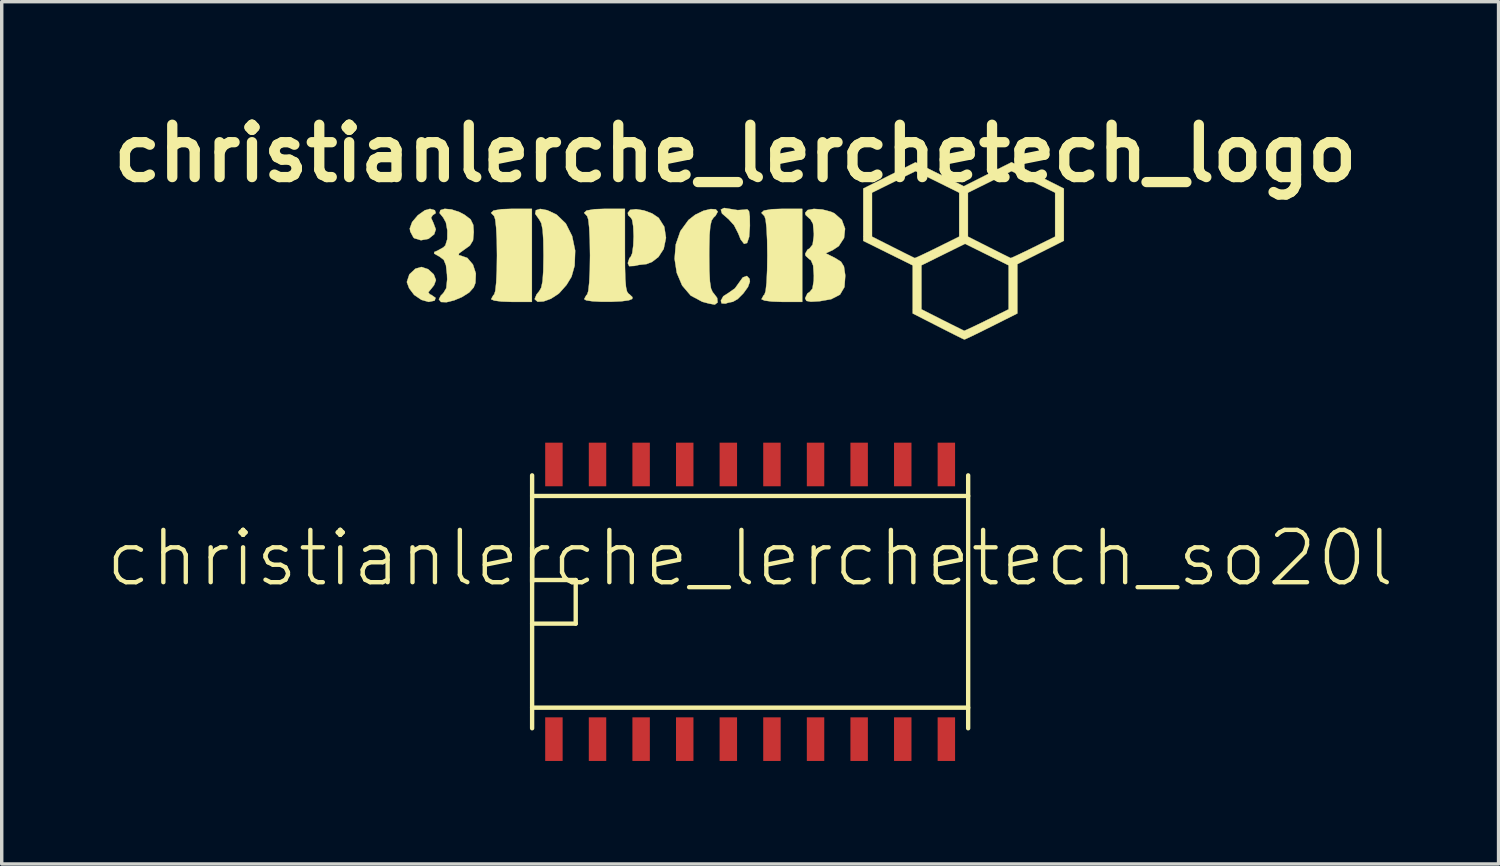
<source format=kicad_pcb>
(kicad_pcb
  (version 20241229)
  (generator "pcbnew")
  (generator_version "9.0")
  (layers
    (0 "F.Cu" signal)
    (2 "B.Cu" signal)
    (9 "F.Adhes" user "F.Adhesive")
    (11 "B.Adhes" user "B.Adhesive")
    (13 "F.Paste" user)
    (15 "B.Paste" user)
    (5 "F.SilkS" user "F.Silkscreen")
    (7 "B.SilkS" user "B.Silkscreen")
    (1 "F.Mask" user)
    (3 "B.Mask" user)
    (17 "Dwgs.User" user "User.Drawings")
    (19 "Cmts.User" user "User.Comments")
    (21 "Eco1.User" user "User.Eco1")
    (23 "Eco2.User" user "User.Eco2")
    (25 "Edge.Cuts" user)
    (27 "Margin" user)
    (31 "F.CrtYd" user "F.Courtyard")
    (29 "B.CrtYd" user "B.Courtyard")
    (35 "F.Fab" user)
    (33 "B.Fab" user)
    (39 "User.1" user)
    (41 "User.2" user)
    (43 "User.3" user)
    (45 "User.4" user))
  (footprint "christianlerche_lerchetech_logo"
    (layer "F.Cu")
    (at 18.368 4.218)
    (property "Reference" "christianlerche_lerchetech_logo" (at 0 -2.8 0) (layer "F.SilkS") (effects (font (size 1.524 1.524) (thickness 0.3))))
    (attr through_hole)
    (fp_poly (pts (xy -8.752 -1.145) (xy -8.727 -1.062) (xy -8.817 -0.998) (xy -8.863 -0.925) (xy -8.796 -0.779) (xy -8.725 -0.589) (xy -8.772 -0.444) (xy -8.936 -0.313) (xy -9.157 -0.271) (xy -9.352 -0.33) (xy -9.377 -0.352) (xy -9.469 -0.525) (xy -9.483 -0.613) (xy -9.414 -0.802) (xy -9.248 -0.998) (xy -9.043 -1.144) (xy -8.894 -1.185) (xy -8.752 -1.145)) (stroke (width 0.01) (type solid)) (fill yes) (layer "F.SilkS"))
    (fp_poly (pts (xy 0.413 0.852) (xy 0.423 0.935) (xy 0.367 1.09) (xy 0.231 1.278) (xy 0.067 1.442) (xy -0.075 1.523) (xy -0.09 1.524) (xy -0.219 1.551) (xy -0.289 1.575) (xy -0.402 1.567) (xy -0.423 1.489) (xy -0.352 1.359) (xy -0.211 1.27) (xy -0.013 1.131) (xy 0.099 0.975) (xy 0.216 0.812) (xy 0.335 0.769) (xy 0.413 0.852)) (stroke (width 0.01) (type solid)) (fill yes) (layer "F.SilkS"))
    (fp_poly (pts (xy -0.173 -1.186) (xy 0.066 -1.148) (xy 0.25 -1.16) (xy 0.345 -1.171) (xy 0.397 -1.118) (xy 0.419 -0.965) (xy 0.423 -0.687) (xy 0.401 -0.368) (xy 0.341 -0.191) (xy 0.254 -0.165) (xy 0.153 -0.296) (xy 0.084 -0.469) (xy -0.039 -0.709) (xy -0.204 -0.891) (xy -0.219 -0.902) (xy -0.39 -1.051) (xy -0.424 -1.163) (xy -0.327 -1.211) (xy -0.173 -1.186)) (stroke (width 0.01) (type solid)) (fill yes) (layer "F.SilkS"))
    (fp_poly (pts (xy -8.949 0.572) (xy -8.785 0.723) (xy -8.721 0.889) (xy -8.776 1.038) (xy -8.854 1.137) (xy -8.943 1.245) (xy -8.903 1.301) (xy -8.854 1.322) (xy -8.731 1.408) (xy -8.76 1.488) (xy -8.927 1.524) (xy -8.936 1.524) (xy -9.144 1.465) (xy -9.352 1.324) (xy -9.36 1.316) (xy -9.502 1.127) (xy -9.567 0.951) (xy -9.567 0.941) (xy -9.495 0.722) (xy -9.319 0.558) (xy -9.144 0.508) (xy -8.949 0.572)) (stroke (width 0.01) (type solid)) (fill yes) (layer "F.SilkS"))
    (fp_poly (pts (xy -5.927 1.524) (xy -6.519 1.524) (xy -6.811 1.514) (xy -7.023 1.486) (xy -7.112 1.448) (xy -7.112 1.444) (xy -7.05 1.33) (xy -7.027 1.312) (xy -6.993 1.209) (xy -6.966 0.964) (xy -6.949 0.605) (xy -6.943 0.169) (xy -6.949 -0.276) (xy -6.967 -0.633) (xy -6.994 -0.875) (xy -7.027 -0.974) (xy -7.117 -1.068) (xy -7.044 -1.136) (xy -6.813 -1.175) (xy -6.519 -1.185) (xy -5.927 -1.185) (xy -5.927 1.524)) (stroke (width 0.01) (type solid)) (fill yes) (layer "F.SilkS"))
    (fp_poly (pts (xy 1.947 1.524) (xy 1.355 1.524) (xy 1.063 1.514) (xy 0.851 1.486) (xy 0.762 1.448) (xy 0.762 1.444) (xy 0.824 1.33) (xy 0.847 1.312) (xy 0.881 1.209) (xy 0.908 0.964) (xy 0.925 0.605) (xy 0.931 0.169) (xy 0.925 -0.276) (xy 0.907 -0.633) (xy 0.88 -0.875) (xy 0.847 -0.974) (xy 0.757 -1.068) (xy 0.83 -1.136) (xy 1.061 -1.175) (xy 1.355 -1.185) (xy 1.947 -1.185) (xy 1.947 1.524)) (stroke (width 0.01) (type solid)) (fill yes) (layer "F.SilkS"))
    (fp_poly (pts (xy -2.664 -1.139) (xy -2.429 -1.053) (xy -2.236 -0.924) (xy -2.235 -0.924) (xy -2.07 -0.663) (xy -2.021 -0.34) (xy -2.088 -0.018) (xy -2.24 0.216) (xy -2.424 0.358) (xy -2.59 0.424) (xy -2.6 0.424) (xy -2.807 0.447) (xy -2.942 0.477) (xy -3.093 0.484) (xy -3.133 0.396) (xy -3.085 0.248) (xy -3.048 0.212) (xy -3.004 0.106) (xy -2.974 -0.119) (xy -2.963 -0.386) (xy -2.975 -0.672) (xy -3.007 -0.867) (xy -3.048 -0.931) (xy -3.121 -1.001) (xy -3.133 -1.069) (xy -3.064 -1.156) (xy -2.892 -1.176) (xy -2.664 -1.139)) (stroke (width 0.01) (type solid)) (fill yes) (layer "F.SilkS"))
    (fp_poly (pts (xy -0.569 -1.17) (xy -0.512 -1.103) (xy -0.578 -0.984) (xy -0.635 -0.931) (xy -0.692 -0.846) (xy -0.73 -0.686) (xy -0.752 -0.423) (xy -0.761 -0.029) (xy -0.762 0.169) (xy -0.757 0.623) (xy -0.741 0.934) (xy -0.71 1.132) (xy -0.66 1.244) (xy -0.635 1.27) (xy -0.531 1.409) (xy -0.517 1.54) (xy -0.597 1.602) (xy -0.614 1.601) (xy -0.768 1.573) (xy -0.964 1.521) (xy -1.301 1.34) (xy -1.55 1.048) (xy -1.707 0.679) (xy -1.77 0.269) (xy -1.736 -0.148) (xy -1.602 -0.536) (xy -1.365 -0.861) (xy -1.169 -1.014) (xy -0.928 -1.13) (xy -0.717 -1.18) (xy -0.569 -1.17)) (stroke (width 0.01) (type solid)) (fill yes) (layer "F.SilkS"))
    (fp_poly (pts (xy -5.482 -1.146) (xy -5.228 -1.028) (xy -5.204 -1.014) (xy -4.938 -0.758) (xy -4.755 -0.394) (xy -4.666 0.031) (xy -4.682 0.471) (xy -4.772 0.79) (xy -4.917 1.03) (xy -5.122 1.262) (xy -5.16 1.295) (xy -5.372 1.433) (xy -5.588 1.511) (xy -5.759 1.52) (xy -5.841 1.451) (xy -5.842 1.433) (xy -5.788 1.304) (xy -5.715 1.216) (xy -5.655 1.111) (xy -5.616 0.925) (xy -5.595 0.627) (xy -5.588 0.19) (xy -5.588 0.169) (xy -5.594 -0.274) (xy -5.614 -0.577) (xy -5.653 -0.767) (xy -5.712 -0.874) (xy -5.715 -0.877) (xy -5.83 -1.041) (xy -5.811 -1.145) (xy -5.686 -1.183) (xy -5.482 -1.146)) (stroke (width 0.01) (type solid)) (fill yes) (layer "F.SilkS"))
    (fp_poly (pts (xy -3.217 0.033) (xy -3.215 0.522) (xy -3.205 0.866) (xy -3.186 1.092) (xy -3.155 1.225) (xy -3.109 1.29) (xy -3.085 1.303) (xy -2.997 1.387) (xy -3.005 1.439) (xy -3.107 1.479) (xy -3.32 1.507) (xy -3.599 1.52) (xy -3.894 1.521) (xy -4.158 1.507) (xy -4.343 1.48) (xy -4.403 1.444) (xy -4.341 1.33) (xy -4.318 1.312) (xy -4.284 1.209) (xy -4.257 0.964) (xy -4.239 0.605) (xy -4.233 0.169) (xy -4.24 -0.276) (xy -4.257 -0.633) (xy -4.284 -0.875) (xy -4.318 -0.974) (xy -4.407 -1.068) (xy -4.334 -1.136) (xy -4.103 -1.175) (xy -3.81 -1.185) (xy -3.217 -1.185) (xy -3.217 0.033)) (stroke (width 0.01) (type solid)) (fill yes) (layer "F.SilkS"))
    (fp_poly (pts (xy -8.27 -1.168) (xy -8.038 -1.092) (xy -7.895 -1.017) (xy -7.712 -0.879) (xy -7.634 -0.717) (xy -7.62 -0.508) (xy -7.641 -0.267) (xy -7.733 -0.115) (xy -7.895 0.001) (xy -8.05 0.113) (xy -8.056 0.166) (xy -8.025 0.169) (xy -7.807 0.244) (xy -7.644 0.436) (xy -7.559 0.695) (xy -7.571 0.972) (xy -7.623 1.105) (xy -7.753 1.251) (xy -7.958 1.381) (xy -8.192 1.48) (xy -8.412 1.534) (xy -8.574 1.528) (xy -8.636 1.45) (xy -8.578 1.34) (xy -8.505 1.267) (xy -8.42 1.125) (xy -8.394 0.87) (xy -8.399 0.729) (xy -8.429 0.458) (xy -8.493 0.301) (xy -8.617 0.205) (xy -8.633 0.197) (xy -8.772 0.119) (xy -8.768 0.071) (xy -8.675 0.032) (xy -8.509 -0.06) (xy -8.447 -0.121) (xy -8.391 -0.303) (xy -8.388 -0.552) (xy -8.431 -0.789) (xy -8.509 -0.931) (xy -8.616 -1.063) (xy -8.591 -1.149) (xy -8.465 -1.186) (xy -8.27 -1.168)) (stroke (width 0.01) (type solid)) (fill yes) (layer "F.SilkS"))
    (fp_poly (pts (xy 2.53 -1.167) (xy 2.782 -1.101) (xy 2.882 -1.057) (xy 3.101 -0.863) (xy 3.195 -0.607) (xy 3.165 -0.336) (xy 3.012 -0.101) (xy 2.841 0.013) (xy 2.631 0.109) (xy 2.903 0.245) (xy 3.076 0.353) (xy 3.162 0.493) (xy 3.197 0.728) (xy 3.2 0.766) (xy 3.177 1.092) (xy 3.047 1.313) (xy 2.79 1.446) (xy 2.456 1.505) (xy 2.198 1.52) (xy 2.069 1.495) (xy 2.032 1.422) (xy 2.032 1.417) (xy 2.1 1.276) (xy 2.159 1.239) (xy 2.244 1.139) (xy 2.282 0.909) (xy 2.286 0.762) (xy 2.266 0.467) (xy 2.202 0.313) (xy 2.159 0.285) (xy 2.047 0.183) (xy 2.032 0.127) (xy 2.1 0.004) (xy 2.159 -0.031) (xy 2.25 -0.144) (xy 2.285 -0.4) (xy 2.286 -0.466) (xy 2.26 -0.751) (xy 2.18 -0.89) (xy 2.159 -0.901) (xy 2.046 -1.007) (xy 2.032 -1.067) (xy 2.104 -1.151) (xy 2.287 -1.184) (xy 2.53 -1.167)) (stroke (width 0.01) (type solid)) (fill yes) (layer "F.SilkS"))
    (fp_poly (pts (xy 8.805 -2.159) (xy 9.567 -1.776) (xy 9.567 -0.256) (xy 8.89 0.085) (xy 8.213 0.425) (xy 8.213 1.861) (xy 7.452 2.243) (xy 7.131 2.403) (xy 6.872 2.529) (xy 6.709 2.605) (xy 6.669 2.62) (xy 6.589 2.583) (xy 6.392 2.485) (xy 6.111 2.343) (xy 5.905 2.238) (xy 5.165 1.861) (xy 5.165 0.461) (xy 5.163 0.46) (xy 5.419 0.46) (xy 5.419 1.741) (xy 6.032 2.051) (xy 6.319 2.195) (xy 6.539 2.304) (xy 6.656 2.362) (xy 6.666 2.366) (xy 6.745 2.333) (xy 6.94 2.242) (xy 7.213 2.11) (xy 7.322 2.056) (xy 7.959 1.741) (xy 7.959 0.46) (xy 7.324 0.146) (xy 6.689 -0.168) (xy 6.054 0.146) (xy 5.419 0.46) (xy 5.163 0.46) (xy 3.725 -0.253) (xy 3.725 -1.656) (xy 3.979 -1.656) (xy 3.979 -0.376) (xy 4.593 -0.066) (xy 4.879 0.078) (xy 5.1 0.188) (xy 5.217 0.245) (xy 5.227 0.249) (xy 5.306 0.216) (xy 5.501 0.125) (xy 5.774 -0.007) (xy 5.883 -0.061) (xy 6.519 -0.376) (xy 6.519 -1.656) (xy 6.773 -1.656) (xy 6.773 -0.376) (xy 7.387 -0.066) (xy 7.673 0.078) (xy 7.894 0.188) (xy 8.011 0.245) (xy 8.021 0.249) (xy 8.1 0.216) (xy 8.295 0.125) (xy 8.568 -0.007) (xy 8.677 -0.061) (xy 9.313 -0.376) (xy 9.313 -1.656) (xy 8.043 -2.285) (xy 6.773 -1.656) (xy 6.519 -1.656) (xy 5.249 -2.285) (xy 3.979 -1.656) (xy 3.725 -1.656) (xy 3.725 -1.776) (xy 4.486 -2.158) (xy 5.246 -2.54) (xy 5.95 -2.191) (xy 6.653 -1.843) (xy 8.043 -2.542) (xy 8.805 -2.159)) (stroke (width 0.01) (type solid)) (fill yes) (layer "F.SilkS")))
  (footprint "christianlerche_lerchetech_so20l"
    (layer "F.Cu")
    (at 18.798 14.478)
    (property "Reference" "christianlerche_lerchetech_so20l" (at 0 -1.27 0) (layer "F.SilkS") (effects (font (size 1.524 1.524) (thickness 0.127))))
    (attr smd)
    (fp_line (start -6.35 -3.683) (end -6.35 3.683) (stroke (width 0.127) (type solid)) (layer "F.SilkS"))
    (fp_line (start -6.35 -3.083) (end 6.35 -3.083) (stroke (width 0.127) (type solid)) (layer "F.SilkS"))
    (fp_line (start -6.35 -0.635) (end -5.08 -0.635) (stroke (width 0.127) (type solid)) (layer "F.SilkS"))
    (fp_line (start -5.08 -0.635) (end -5.08 0.635) (stroke (width 0.127) (type solid)) (layer "F.SilkS"))
    (fp_line (start -5.08 0.635) (end -6.35 0.635) (stroke (width 0.127) (type solid)) (layer "F.SilkS"))
    (fp_line (start 6.35 3.083) (end -6.35 3.083) (stroke (width 0.127) (type solid)) (layer "F.SilkS"))
    (fp_line (start 6.35 3.683) (end 6.35 -3.683) (stroke (width 0.127) (type solid)) (layer "F.SilkS"))
    (pad "1" smd rect (at -5.715 4) (size 0.508 1.27) (layers "F.Cu" "F.Mask" "F.Paste"))
    (pad "2" smd rect (at -4.445 4) (size 0.508 1.27) (layers "F.Cu" "F.Mask" "F.Paste"))
    (pad "3" smd rect (at -3.175 4) (size 0.508 1.27) (layers "F.Cu" "F.Mask" "F.Paste"))
    (pad "4" smd rect (at -1.905 4) (size 0.508 1.27) (layers "F.Cu" "F.Mask" "F.Paste"))
    (pad "5" smd rect (at -0.635 4) (size 0.508 1.27) (layers "F.Cu" "F.Mask" "F.Paste"))
    (pad "6" smd rect (at 0.635 4) (size 0.508 1.27) (layers "F.Cu" "F.Mask" "F.Paste"))
    (pad "7" smd rect (at 1.905 4) (size 0.508 1.27) (layers "F.Cu" "F.Mask" "F.Paste"))
    (pad "8" smd rect (at 3.175 4) (size 0.508 1.27) (layers "F.Cu" "F.Mask" "F.Paste"))
    (pad "9" smd rect (at 4.445 4) (size 0.508 1.27) (layers "F.Cu" "F.Mask" "F.Paste"))
    (pad "10" smd rect (at 5.715 4) (size 0.508 1.27) (layers "F.Cu" "F.Mask" "F.Paste"))
    (pad "11" smd rect (at 5.715 -4) (size 0.508 1.27) (layers "F.Cu" "F.Mask" "F.Paste"))
    (pad "12" smd rect (at 4.445 -4) (size 0.508 1.27) (layers "F.Cu" "F.Mask" "F.Paste"))
    (pad "13" smd rect (at 3.175 -4) (size 0.508 1.27) (layers "F.Cu" "F.Mask" "F.Paste"))
    (pad "14" smd rect (at 1.905 -4) (size 0.508 1.27) (layers "F.Cu" "F.Mask" "F.Paste"))
    (pad "15" smd rect (at 0.635 -4) (size 0.508 1.27) (layers "F.Cu" "F.Mask" "F.Paste"))
    (pad "16" smd rect (at -0.635 -4) (size 0.508 1.27) (layers "F.Cu" "F.Mask" "F.Paste"))
    (pad "17" smd rect (at -1.905 -4) (size 0.508 1.27) (layers "F.Cu" "F.Mask" "F.Paste"))
    (pad "18" smd rect (at -3.175 -4) (size 0.508 1.27) (layers "F.Cu" "F.Mask" "F.Paste"))
    (pad "19" smd rect (at -4.445 -4) (size 0.508 1.27) (layers "F.Cu" "F.Mask" "F.Paste"))
    (pad "20" smd rect (at -5.715 -4) (size 0.508 1.27) (layers "F.Cu" "F.Mask" "F.Paste")))
  (gr_rect
    (start -3 -3)
    (end 40.596 22.113)
    (stroke (width 0.1) (type default))
    (fill no)
    (layer "Edge.Cuts")))
</source>
